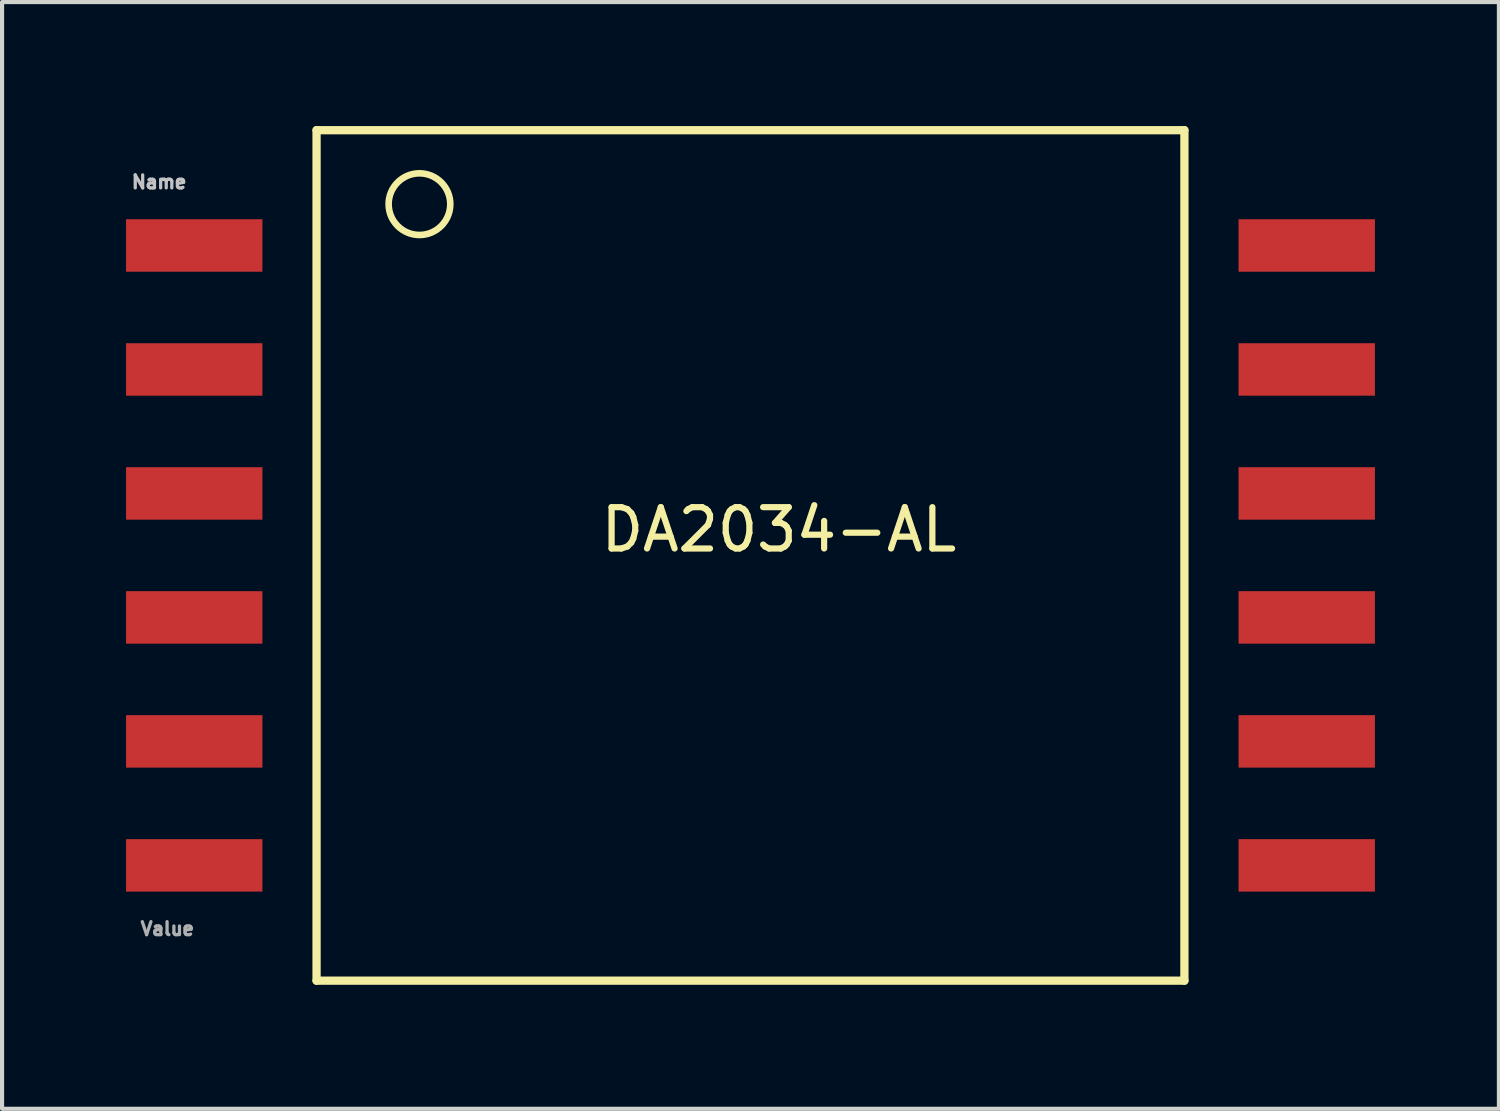
<source format=kicad_pcb>
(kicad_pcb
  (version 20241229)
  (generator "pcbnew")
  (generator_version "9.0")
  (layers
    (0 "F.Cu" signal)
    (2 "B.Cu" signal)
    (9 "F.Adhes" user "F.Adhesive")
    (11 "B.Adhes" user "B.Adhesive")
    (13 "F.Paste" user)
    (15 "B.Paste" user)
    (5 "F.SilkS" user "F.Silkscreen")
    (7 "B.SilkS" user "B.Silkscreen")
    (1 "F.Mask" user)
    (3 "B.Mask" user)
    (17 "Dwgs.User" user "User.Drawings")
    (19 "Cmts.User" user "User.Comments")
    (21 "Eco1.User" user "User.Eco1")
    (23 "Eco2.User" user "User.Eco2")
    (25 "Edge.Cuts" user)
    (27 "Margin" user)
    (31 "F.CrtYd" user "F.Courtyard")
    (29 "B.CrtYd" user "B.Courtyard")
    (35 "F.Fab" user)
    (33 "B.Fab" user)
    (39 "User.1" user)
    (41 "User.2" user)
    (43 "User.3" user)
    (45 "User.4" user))
  (footprint "DA2034-AL"
    (layer "F.Cu")
    (at 15.11 10.39)
    (property "Reference" "DA2034-AL" (at 0.687 -0.623 0) (layer "F.SilkS") (effects (font (size 1 1) (thickness 0.15))))
    (attr through_hole)
    (fp_line (start -10.5 -10.29) (end 10.5 -10.29) (stroke (width 0.2) (type solid)) (layer "F.SilkS"))
    (fp_line (start -10.5 10.29) (end -10.5 -10.29) (stroke (width 0.2) (type solid)) (layer "F.SilkS"))
    (fp_line (start 10.5 -10.29) (end 10.5 10.29) (stroke (width 0.2) (type solid)) (layer "F.SilkS"))
    (fp_line (start 10.5 10.29) (end -10.5 10.29) (stroke (width 0.2) (type solid)) (layer "F.SilkS"))
    (fp_circle (center -8.01 -8.5) (end -7.264 -8.5) (stroke (width 0.16) (type solid)) (fill no) (layer "F.SilkS"))
    (fp_text user "Name" (at -14.31 -9.035 0) (layer "Dwgs.User") (effects (font (size 0.315 0.315) (thickness 0.15))))
    (fp_text user "Value" (at -14.11 9.035 0) (layer "F.Fab") (effects (font (size 0.315 0.315) (thickness 0.15))))
    (pad "P$1" smd rect (at -13.46 -7.5) (size 3.3 1.27) (layers "F.Cu" "F.Mask" "F.Paste"))
    (pad "P$2" smd rect (at -13.46 -4.5) (size 3.3 1.27) (layers "F.Cu" "F.Mask" "F.Paste"))
    (pad "P$3" smd rect (at -13.46 -1.5) (size 3.3 1.27) (layers "F.Cu" "F.Mask" "F.Paste"))
    (pad "P$4" smd rect (at -13.46 1.5) (size 3.3 1.27) (layers "F.Cu" "F.Mask" "F.Paste"))
    (pad "P$5" smd rect (at -13.46 4.5) (size 3.3 1.27) (layers "F.Cu" "F.Mask" "F.Paste"))
    (pad "P$6" smd rect (at -13.46 7.5) (size 3.3 1.27) (layers "F.Cu" "F.Mask" "F.Paste"))
    (pad "P$7" smd rect (at 13.46 7.5) (size 3.3 1.27) (layers "F.Cu" "F.Mask" "F.Paste"))
    (pad "P$8" smd rect (at 13.46 4.5) (size 3.3 1.27) (layers "F.Cu" "F.Mask" "F.Paste"))
    (pad "P$9" smd rect (at 13.46 1.5) (size 3.3 1.27) (layers "F.Cu" "F.Mask" "F.Paste"))
    (pad "P$10" smd rect (at 13.46 -1.5) (size 3.3 1.27) (layers "F.Cu" "F.Mask" "F.Paste"))
    (pad "P$11" smd rect (at 13.46 -4.5) (size 3.3 1.27) (layers "F.Cu" "F.Mask" "F.Paste"))
    (pad "P$12" smd rect (at 13.46 -7.5) (size 3.3 1.27) (layers "F.Cu" "F.Mask" "F.Paste")))
  (gr_rect
    (start -3 -3)
    (end 33.22 23.78)
    (stroke (width 0.1) (type default))
    (fill no)
    (layer "Edge.Cuts")))
</source>
